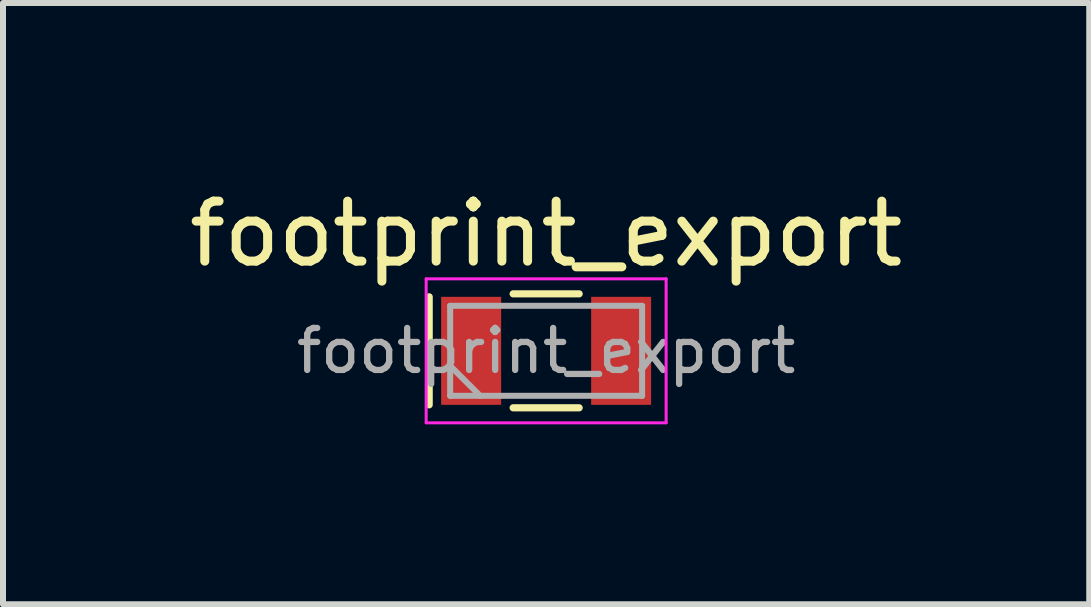
<source format=kicad_pcb>
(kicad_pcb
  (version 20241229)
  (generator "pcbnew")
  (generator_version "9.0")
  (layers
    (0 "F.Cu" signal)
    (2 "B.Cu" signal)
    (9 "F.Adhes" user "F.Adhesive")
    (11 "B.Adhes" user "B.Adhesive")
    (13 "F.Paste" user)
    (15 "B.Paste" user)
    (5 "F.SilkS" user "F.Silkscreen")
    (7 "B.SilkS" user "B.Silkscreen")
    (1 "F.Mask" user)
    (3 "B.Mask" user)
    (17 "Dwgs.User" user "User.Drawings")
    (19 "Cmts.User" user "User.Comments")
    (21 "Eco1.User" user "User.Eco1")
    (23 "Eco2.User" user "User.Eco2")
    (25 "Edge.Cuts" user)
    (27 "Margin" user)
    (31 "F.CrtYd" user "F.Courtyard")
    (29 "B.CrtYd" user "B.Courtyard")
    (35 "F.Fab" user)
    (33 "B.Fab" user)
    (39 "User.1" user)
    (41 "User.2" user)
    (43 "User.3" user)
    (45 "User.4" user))
  (footprint "footprint_export"
    (layer "F.Cu")
    (at 6.054 2.798)
    (property "Reference" "footprint_export" (at 0 -1.95 0) (layer "F.SilkS") (effects (font (size 1 1) (thickness 0.15))))
    (attr smd)
    (fp_line (start -1.95 -0.9) (end -1.95 0.9) (stroke (width 0.12) (type solid)) (layer "F.SilkS"))
    (fp_line (start -0.55 -0.95) (end 0.55 -0.95) (stroke (width 0.12) (type solid)) (layer "F.SilkS"))
    (fp_line (start -0.55 0.95) (end 0.55 0.95) (stroke (width 0.12) (type solid)) (layer "F.SilkS"))
    (fp_line (start -2 -1.2) (end -2 1.2) (stroke (width 0.05) (type solid)) (layer "F.CrtYd"))
    (fp_line (start -2 1.2) (end 2 1.2) (stroke (width 0.05) (type solid)) (layer "F.CrtYd"))
    (fp_line (start 2 -1.2) (end -2 -1.2) (stroke (width 0.05) (type solid)) (layer "F.CrtYd"))
    (fp_line (start 2 1.2) (end 2 -1.2) (stroke (width 0.05) (type solid)) (layer "F.CrtYd"))
    (fp_line (start -1.6 -0.75) (end -1.6 0.75) (stroke (width 0.1) (type solid)) (layer "F.Fab"))
    (fp_line (start -1.6 0.25) (end -1.1 0.75) (stroke (width 0.1) (type solid)) (layer "F.Fab"))
    (fp_line (start -1.6 0.75) (end 1.6 0.75) (stroke (width 0.1) (type solid)) (layer "F.Fab"))
    (fp_line (start 1.6 -0.75) (end -1.6 -0.75) (stroke (width 0.1) (type solid)) (layer "F.Fab"))
    (fp_line (start 1.6 0.75) (end 1.6 -0.75) (stroke (width 0.1) (type solid)) (layer "F.Fab"))
    (fp_text user "${REFERENCE}" (at 0 0 0) (layer "F.Fab") (effects (font (size 0.7 0.7) (thickness 0.105))))
    (pad "1" smd rect (at -1.25 0) (size 1 1.8) (layers "F.Cu" "F.Mask" "F.Paste"))
    (pad "2" smd rect (at 1.25 0) (size 1 1.8) (layers "F.Cu" "F.Mask" "F.Paste")))
  (gr_rect
    (start -3 -3)
    (end 15.107 7.023)
    (stroke (width 0.1) (type default))
    (fill no)
    (layer "Edge.Cuts")))
</source>
